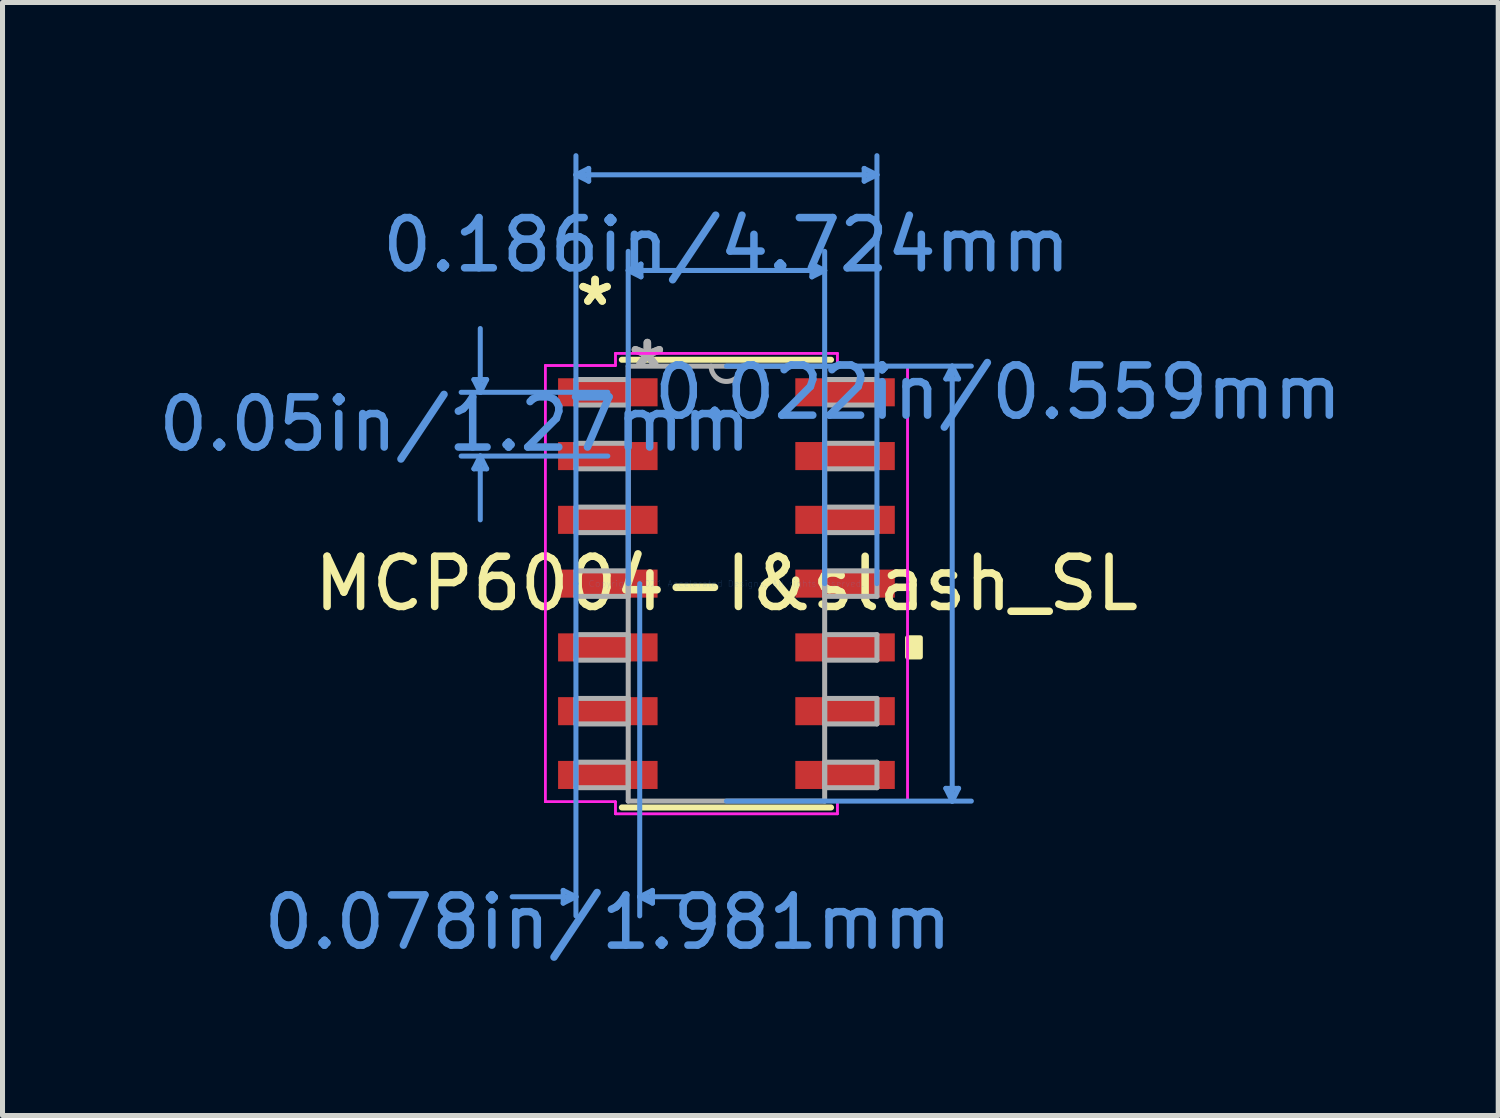
<source format=kicad_pcb>
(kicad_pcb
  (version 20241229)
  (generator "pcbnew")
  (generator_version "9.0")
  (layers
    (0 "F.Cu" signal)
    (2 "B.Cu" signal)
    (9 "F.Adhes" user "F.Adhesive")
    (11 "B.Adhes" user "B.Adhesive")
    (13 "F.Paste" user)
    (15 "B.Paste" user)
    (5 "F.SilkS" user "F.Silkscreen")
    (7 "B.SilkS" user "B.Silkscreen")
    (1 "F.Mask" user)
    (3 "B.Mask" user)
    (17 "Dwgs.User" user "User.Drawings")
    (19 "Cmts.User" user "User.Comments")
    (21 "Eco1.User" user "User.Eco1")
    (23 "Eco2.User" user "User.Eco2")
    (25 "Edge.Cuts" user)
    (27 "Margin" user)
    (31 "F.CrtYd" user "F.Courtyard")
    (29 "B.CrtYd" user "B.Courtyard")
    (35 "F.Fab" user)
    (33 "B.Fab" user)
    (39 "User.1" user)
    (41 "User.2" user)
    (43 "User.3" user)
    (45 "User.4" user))
  (footprint "MCP6004-I&slash_SL"
    (layer "F.Cu")
    (at 11.416 8.572)
    (property "Reference" "MCP6004-I&slash_SL" (at 0 0 0) (layer "F.SilkS") (effects (font (size 1 1) (thickness 0.15))))
    (attr through_hole)
    (fp_line (start -2.083 4.458) (end 2.083 4.458) (stroke (width 0.12) (type solid)) (layer "F.SilkS"))
    (fp_line (start 2.083 -4.458) (end -2.083 -4.458) (stroke (width 0.12) (type solid)) (layer "F.SilkS"))
    (fp_poly (pts (xy 3.861 1.079) (xy 3.861 1.46) (xy 3.607 1.46) (xy 3.607 1.079)) (stroke (width 0.1) (type solid)) (fill yes) (layer "F.SilkS"))
    (fp_line (start -5.029 -4.064) (end -4.775 -4.064) (stroke (width 0.1) (type solid)) (layer "Cmts.User"))
    (fp_line (start -5.029 -2.286) (end -4.775 -2.286) (stroke (width 0.1) (type solid)) (layer "Cmts.User"))
    (fp_line (start -4.902 -3.81) (end -5.029 -4.064) (stroke (width 0.1) (type solid)) (layer "Cmts.User"))
    (fp_line (start -4.902 -3.81) (end -4.902 -5.08) (stroke (width 0.1) (type solid)) (layer "Cmts.User"))
    (fp_line (start -4.902 -3.81) (end -4.775 -4.064) (stroke (width 0.1) (type solid)) (layer "Cmts.User"))
    (fp_line (start -4.902 -2.54) (end -5.029 -2.286) (stroke (width 0.1) (type solid)) (layer "Cmts.User"))
    (fp_line (start -4.902 -2.54) (end -4.902 -1.27) (stroke (width 0.1) (type solid)) (layer "Cmts.User"))
    (fp_line (start -4.902 -2.54) (end -4.775 -2.286) (stroke (width 0.1) (type solid)) (layer "Cmts.User"))
    (fp_line (start -3.251 6.109) (end -3.251 6.363) (stroke (width 0.1) (type solid)) (layer "Cmts.User"))
    (fp_line (start -2.997 -8.141) (end -2.743 -8.268) (stroke (width 0.1) (type solid)) (layer "Cmts.User"))
    (fp_line (start -2.997 -8.141) (end -2.743 -8.014) (stroke (width 0.1) (type solid)) (layer "Cmts.User"))
    (fp_line (start -2.997 -8.141) (end 2.997 -8.141) (stroke (width 0.1) (type solid)) (layer "Cmts.User"))
    (fp_line (start -2.997 0) (end -2.997 -8.522) (stroke (width 0.1) (type solid)) (layer "Cmts.User"))
    (fp_line (start -2.997 0) (end -2.997 6.617) (stroke (width 0.1) (type solid)) (layer "Cmts.User"))
    (fp_line (start -2.997 6.236) (end -4.267 6.236) (stroke (width 0.1) (type solid)) (layer "Cmts.User"))
    (fp_line (start -2.997 6.236) (end -3.251 6.109) (stroke (width 0.1) (type solid)) (layer "Cmts.User"))
    (fp_line (start -2.997 6.236) (end -3.251 6.363) (stroke (width 0.1) (type solid)) (layer "Cmts.User"))
    (fp_line (start -2.743 -8.268) (end -2.743 -8.014) (stroke (width 0.1) (type solid)) (layer "Cmts.User"))
    (fp_line (start -2.362 -3.81) (end -5.283 -3.81) (stroke (width 0.1) (type solid)) (layer "Cmts.User"))
    (fp_line (start -2.362 -2.54) (end -5.283 -2.54) (stroke (width 0.1) (type solid)) (layer "Cmts.User"))
    (fp_line (start -1.956 -6.236) (end -1.702 -6.363) (stroke (width 0.1) (type solid)) (layer "Cmts.User"))
    (fp_line (start -1.956 -6.236) (end -1.702 -6.109) (stroke (width 0.1) (type solid)) (layer "Cmts.User"))
    (fp_line (start -1.956 -6.236) (end 1.956 -6.236) (stroke (width 0.1) (type solid)) (layer "Cmts.User"))
    (fp_line (start -1.956 0) (end -1.956 -6.617) (stroke (width 0.1) (type solid)) (layer "Cmts.User"))
    (fp_line (start -1.727 0) (end -1.727 6.617) (stroke (width 0.1) (type solid)) (layer "Cmts.User"))
    (fp_line (start -1.727 6.236) (end -1.473 6.109) (stroke (width 0.1) (type solid)) (layer "Cmts.User"))
    (fp_line (start -1.727 6.236) (end -1.473 6.363) (stroke (width 0.1) (type solid)) (layer "Cmts.User"))
    (fp_line (start -1.727 6.236) (end -0.457 6.236) (stroke (width 0.1) (type solid)) (layer "Cmts.User"))
    (fp_line (start -1.702 -6.363) (end -1.702 -6.109) (stroke (width 0.1) (type solid)) (layer "Cmts.User"))
    (fp_line (start -1.473 6.109) (end -1.473 6.363) (stroke (width 0.1) (type solid)) (layer "Cmts.User"))
    (fp_line (start 0 -4.331) (end 4.877 -4.331) (stroke (width 0.1) (type solid)) (layer "Cmts.User"))
    (fp_line (start 0 4.331) (end 4.877 4.331) (stroke (width 0.1) (type solid)) (layer "Cmts.User"))
    (fp_line (start 1.702 -6.363) (end 1.702 -6.109) (stroke (width 0.1) (type solid)) (layer "Cmts.User"))
    (fp_line (start 1.956 -6.236) (end 1.702 -6.363) (stroke (width 0.1) (type solid)) (layer "Cmts.User"))
    (fp_line (start 1.956 -6.236) (end 1.702 -6.109) (stroke (width 0.1) (type solid)) (layer "Cmts.User"))
    (fp_line (start 1.956 0) (end 1.956 -6.617) (stroke (width 0.1) (type solid)) (layer "Cmts.User"))
    (fp_line (start 2.743 -8.268) (end 2.743 -8.014) (stroke (width 0.1) (type solid)) (layer "Cmts.User"))
    (fp_line (start 2.997 -8.141) (end 2.743 -8.268) (stroke (width 0.1) (type solid)) (layer "Cmts.User"))
    (fp_line (start 2.997 -8.141) (end 2.743 -8.014) (stroke (width 0.1) (type solid)) (layer "Cmts.User"))
    (fp_line (start 2.997 0) (end 2.997 -8.522) (stroke (width 0.1) (type solid)) (layer "Cmts.User"))
    (fp_line (start 4.369 -4.077) (end 4.623 -4.077) (stroke (width 0.1) (type solid)) (layer "Cmts.User"))
    (fp_line (start 4.369 4.077) (end 4.623 4.077) (stroke (width 0.1) (type solid)) (layer "Cmts.User"))
    (fp_line (start 4.496 -4.331) (end 4.369 -4.077) (stroke (width 0.1) (type solid)) (layer "Cmts.User"))
    (fp_line (start 4.496 -4.331) (end 4.496 4.331) (stroke (width 0.1) (type solid)) (layer "Cmts.User"))
    (fp_line (start 4.496 -4.331) (end 4.623 -4.077) (stroke (width 0.1) (type solid)) (layer "Cmts.User"))
    (fp_line (start 4.496 4.331) (end 4.369 4.077) (stroke (width 0.1) (type solid)) (layer "Cmts.User"))
    (fp_line (start 4.496 4.331) (end 4.623 4.077) (stroke (width 0.1) (type solid)) (layer "Cmts.User"))
    (fp_line (start -3.607 -4.343) (end -2.21 -4.343) (stroke (width 0.05) (type solid)) (layer "F.CrtYd"))
    (fp_line (start -3.607 -4.343) (end -2.21 -4.343) (stroke (width 0.05) (type solid)) (layer "F.CrtYd"))
    (fp_line (start -3.607 4.343) (end -3.607 -4.343) (stroke (width 0.05) (type solid)) (layer "F.CrtYd"))
    (fp_line (start -3.607 4.343) (end -3.607 -4.343) (stroke (width 0.05) (type solid)) (layer "F.CrtYd"))
    (fp_line (start -3.607 4.343) (end -2.21 4.343) (stroke (width 0.05) (type solid)) (layer "F.CrtYd"))
    (fp_line (start -2.21 -4.585) (end 2.21 -4.585) (stroke (width 0.05) (type solid)) (layer "F.CrtYd"))
    (fp_line (start -2.21 -4.585) (end 2.21 -4.585) (stroke (width 0.05) (type solid)) (layer "F.CrtYd"))
    (fp_line (start -2.21 -4.343) (end -2.21 -4.585) (stroke (width 0.05) (type solid)) (layer "F.CrtYd"))
    (fp_line (start -2.21 -4.343) (end -2.21 -4.585) (stroke (width 0.05) (type solid)) (layer "F.CrtYd"))
    (fp_line (start -2.21 4.343) (end -3.607 4.343) (stroke (width 0.05) (type solid)) (layer "F.CrtYd"))
    (fp_line (start -2.21 4.585) (end -2.21 4.343) (stroke (width 0.05) (type solid)) (layer "F.CrtYd"))
    (fp_line (start -2.21 4.585) (end -2.21 4.343) (stroke (width 0.05) (type solid)) (layer "F.CrtYd"))
    (fp_line (start 2.21 -4.585) (end 2.21 -4.343) (stroke (width 0.05) (type solid)) (layer "F.CrtYd"))
    (fp_line (start 2.21 -4.585) (end 2.21 -4.343) (stroke (width 0.05) (type solid)) (layer "F.CrtYd"))
    (fp_line (start 2.21 -4.343) (end 3.607 -4.343) (stroke (width 0.05) (type solid)) (layer "F.CrtYd"))
    (fp_line (start 2.21 4.343) (end 2.21 4.585) (stroke (width 0.05) (type solid)) (layer "F.CrtYd"))
    (fp_line (start 2.21 4.343) (end 2.21 4.585) (stroke (width 0.05) (type solid)) (layer "F.CrtYd"))
    (fp_line (start 2.21 4.585) (end -2.21 4.585) (stroke (width 0.05) (type solid)) (layer "F.CrtYd"))
    (fp_line (start 2.21 4.585) (end -2.21 4.585) (stroke (width 0.05) (type solid)) (layer "F.CrtYd"))
    (fp_line (start 3.607 -4.343) (end 2.21 -4.343) (stroke (width 0.05) (type solid)) (layer "F.CrtYd"))
    (fp_line (start 3.607 -4.343) (end 3.607 4.343) (stroke (width 0.05) (type solid)) (layer "F.CrtYd"))
    (fp_line (start 3.607 -4.343) (end 3.607 4.343) (stroke (width 0.05) (type solid)) (layer "F.CrtYd"))
    (fp_line (start 3.607 4.343) (end 2.21 4.343) (stroke (width 0.05) (type solid)) (layer "F.CrtYd"))
    (fp_line (start 3.607 4.343) (end 2.21 4.343) (stroke (width 0.05) (type solid)) (layer "F.CrtYd"))
    (fp_line (start -2.997 -4.064) (end -2.997 -3.556) (stroke (width 0.1) (type solid)) (layer "F.Fab"))
    (fp_line (start -2.997 -3.556) (end -1.956 -3.556) (stroke (width 0.1) (type solid)) (layer "F.Fab"))
    (fp_line (start -2.997 -2.794) (end -2.997 -2.286) (stroke (width 0.1) (type solid)) (layer "F.Fab"))
    (fp_line (start -2.997 -2.286) (end -1.956 -2.286) (stroke (width 0.1) (type solid)) (layer "F.Fab"))
    (fp_line (start -2.997 -1.524) (end -2.997 -1.016) (stroke (width 0.1) (type solid)) (layer "F.Fab"))
    (fp_line (start -2.997 -1.016) (end -1.956 -1.016) (stroke (width 0.1) (type solid)) (layer "F.Fab"))
    (fp_line (start -2.997 -0.254) (end -2.997 0.254) (stroke (width 0.1) (type solid)) (layer "F.Fab"))
    (fp_line (start -2.997 0.254) (end -1.956 0.254) (stroke (width 0.1) (type solid)) (layer "F.Fab"))
    (fp_line (start -2.997 1.016) (end -2.997 1.524) (stroke (width 0.1) (type solid)) (layer "F.Fab"))
    (fp_line (start -2.997 1.524) (end -1.956 1.524) (stroke (width 0.1) (type solid)) (layer "F.Fab"))
    (fp_line (start -2.997 2.286) (end -2.997 2.794) (stroke (width 0.1) (type solid)) (layer "F.Fab"))
    (fp_line (start -2.997 2.794) (end -1.956 2.794) (stroke (width 0.1) (type solid)) (layer "F.Fab"))
    (fp_line (start -2.997 3.556) (end -2.997 4.064) (stroke (width 0.1) (type solid)) (layer "F.Fab"))
    (fp_line (start -2.997 4.064) (end -1.956 4.064) (stroke (width 0.1) (type solid)) (layer "F.Fab"))
    (fp_line (start -1.956 -4.331) (end -1.956 4.331) (stroke (width 0.1) (type solid)) (layer "F.Fab"))
    (fp_line (start -1.956 -4.064) (end -2.997 -4.064) (stroke (width 0.1) (type solid)) (layer "F.Fab"))
    (fp_line (start -1.956 -3.556) (end -1.956 -4.064) (stroke (width 0.1) (type solid)) (layer "F.Fab"))
    (fp_line (start -1.956 -2.794) (end -2.997 -2.794) (stroke (width 0.1) (type solid)) (layer "F.Fab"))
    (fp_line (start -1.956 -2.286) (end -1.956 -2.794) (stroke (width 0.1) (type solid)) (layer "F.Fab"))
    (fp_line (start -1.956 -1.524) (end -2.997 -1.524) (stroke (width 0.1) (type solid)) (layer "F.Fab"))
    (fp_line (start -1.956 -1.016) (end -1.956 -1.524) (stroke (width 0.1) (type solid)) (layer "F.Fab"))
    (fp_line (start -1.956 -0.254) (end -2.997 -0.254) (stroke (width 0.1) (type solid)) (layer "F.Fab"))
    (fp_line (start -1.956 0.254) (end -1.956 -0.254) (stroke (width 0.1) (type solid)) (layer "F.Fab"))
    (fp_line (start -1.956 1.016) (end -2.997 1.016) (stroke (width 0.1) (type solid)) (layer "F.Fab"))
    (fp_line (start -1.956 1.524) (end -1.956 1.016) (stroke (width 0.1) (type solid)) (layer "F.Fab"))
    (fp_line (start -1.956 2.286) (end -2.997 2.286) (stroke (width 0.1) (type solid)) (layer "F.Fab"))
    (fp_line (start -1.956 2.794) (end -1.956 2.286) (stroke (width 0.1) (type solid)) (layer "F.Fab"))
    (fp_line (start -1.956 3.556) (end -2.997 3.556) (stroke (width 0.1) (type solid)) (layer "F.Fab"))
    (fp_line (start -1.956 4.064) (end -1.956 3.556) (stroke (width 0.1) (type solid)) (layer "F.Fab"))
    (fp_line (start -1.956 4.331) (end 1.956 4.331) (stroke (width 0.1) (type solid)) (layer "F.Fab"))
    (fp_line (start 1.956 -4.331) (end -1.956 -4.331) (stroke (width 0.1) (type solid)) (layer "F.Fab"))
    (fp_line (start 1.956 -4.064) (end 1.956 -3.556) (stroke (width 0.1) (type solid)) (layer "F.Fab"))
    (fp_line (start 1.956 -3.556) (end 2.997 -3.556) (stroke (width 0.1) (type solid)) (layer "F.Fab"))
    (fp_line (start 1.956 -2.794) (end 1.956 -2.286) (stroke (width 0.1) (type solid)) (layer "F.Fab"))
    (fp_line (start 1.956 -2.286) (end 2.997 -2.286) (stroke (width 0.1) (type solid)) (layer "F.Fab"))
    (fp_line (start 1.956 -1.524) (end 1.956 -1.016) (stroke (width 0.1) (type solid)) (layer "F.Fab"))
    (fp_line (start 1.956 -1.016) (end 2.997 -1.016) (stroke (width 0.1) (type solid)) (layer "F.Fab"))
    (fp_line (start 1.956 -0.254) (end 1.956 0.254) (stroke (width 0.1) (type solid)) (layer "F.Fab"))
    (fp_line (start 1.956 0.254) (end 2.997 0.254) (stroke (width 0.1) (type solid)) (layer "F.Fab"))
    (fp_line (start 1.956 1.016) (end 1.956 1.524) (stroke (width 0.1) (type solid)) (layer "F.Fab"))
    (fp_line (start 1.956 1.524) (end 2.997 1.524) (stroke (width 0.1) (type solid)) (layer "F.Fab"))
    (fp_line (start 1.956 2.286) (end 1.956 2.794) (stroke (width 0.1) (type solid)) (layer "F.Fab"))
    (fp_line (start 1.956 2.794) (end 2.997 2.794) (stroke (width 0.1) (type solid)) (layer "F.Fab"))
    (fp_line (start 1.956 3.556) (end 1.956 4.064) (stroke (width 0.1) (type solid)) (layer "F.Fab"))
    (fp_line (start 1.956 4.064) (end 2.997 4.064) (stroke (width 0.1) (type solid)) (layer "F.Fab"))
    (fp_line (start 1.956 4.331) (end 1.956 -4.331) (stroke (width 0.1) (type solid)) (layer "F.Fab"))
    (fp_line (start 2.997 -4.064) (end 1.956 -4.064) (stroke (width 0.1) (type solid)) (layer "F.Fab"))
    (fp_line (start 2.997 -3.556) (end 2.997 -4.064) (stroke (width 0.1) (type solid)) (layer "F.Fab"))
    (fp_line (start 2.997 -2.794) (end 1.956 -2.794) (stroke (width 0.1) (type solid)) (layer "F.Fab"))
    (fp_line (start 2.997 -2.286) (end 2.997 -2.794) (stroke (width 0.1) (type solid)) (layer "F.Fab"))
    (fp_line (start 2.997 -1.524) (end 1.956 -1.524) (stroke (width 0.1) (type solid)) (layer "F.Fab"))
    (fp_line (start 2.997 -1.016) (end 2.997 -1.524) (stroke (width 0.1) (type solid)) (layer "F.Fab"))
    (fp_line (start 2.997 -0.254) (end 1.956 -0.254) (stroke (width 0.1) (type solid)) (layer "F.Fab"))
    (fp_line (start 2.997 0.254) (end 2.997 -0.254) (stroke (width 0.1) (type solid)) (layer "F.Fab"))
    (fp_line (start 2.997 1.016) (end 1.956 1.016) (stroke (width 0.1) (type solid)) (layer "F.Fab"))
    (fp_line (start 2.997 1.524) (end 2.997 1.016) (stroke (width 0.1) (type solid)) (layer "F.Fab"))
    (fp_line (start 2.997 2.286) (end 1.956 2.286) (stroke (width 0.1) (type solid)) (layer "F.Fab"))
    (fp_line (start 2.997 2.794) (end 2.997 2.286) (stroke (width 0.1) (type solid)) (layer "F.Fab"))
    (fp_line (start 2.997 3.556) (end 1.956 3.556) (stroke (width 0.1) (type solid)) (layer "F.Fab"))
    (fp_line (start 2.997 4.064) (end 2.997 3.556) (stroke (width 0.1) (type solid)) (layer "F.Fab"))
    (fp_arc (start 0.3048 -4.3307) (mid 0 -4.0259) (end -0.3048 -4.3307) (stroke (width 0.1) (type solid)) (layer "F.Fab"))
    (fp_text user "*" (at -2.616 -5.512 0) (layer "F.SilkS") (effects (font (size 1 1) (thickness 0.15))))
    (fp_text user "*" (at -2.616 -5.512 0) (layer "F.SilkS") (effects (font (size 1 1) (thickness 0.15))))
    (fp_text user "0.05in/1.27mm" (at -5.41 -3.175 0) (layer "Cmts.User") (effects (font (size 1 1) (thickness 0.15))))
    (fp_text user "0.186in/4.724mm" (at 0 -6.744 0) (layer "Cmts.User") (effects (font (size 1 1) (thickness 0.15))))
    (fp_text user "0.022in/0.559mm" (at 5.41 -3.81 0) (layer "Cmts.User") (effects (font (size 1 1) (thickness 0.15))))
    (fp_text user "Copyright 2021 Accelerated Designs. All rights reserved." (at 0 0 0) (layer "Cmts.User") (effects (font (size 0.127 0.127) (thickness 0.002))))
    (fp_text user "0.078in/1.981mm" (at -2.362 6.744 0) (layer "Cmts.User") (effects (font (size 1 1) (thickness 0.15))))
    (fp_text user "*" (at -1.575 -4.255 0) (layer "F.Fab") (effects (font (size 1 1) (thickness 0.15))))
    (fp_text user "*" (at -1.575 -4.255 0) (layer "F.Fab") (effects (font (size 1 1) (thickness 0.15))))
    (pad "1" smd rect (at -2.362 -3.81) (size 1.981 0.559) (layers "F.Cu" "F.Mask" "F.Paste"))
    (pad "2" smd rect (at -2.362 -2.54) (size 1.981 0.559) (layers "F.Cu" "F.Mask" "F.Paste"))
    (pad "3" smd rect (at -2.362 -1.27) (size 1.981 0.559) (layers "F.Cu" "F.Mask" "F.Paste"))
    (pad "4" smd rect (at -2.362 0) (size 1.981 0.559) (layers "F.Cu" "F.Mask" "F.Paste"))
    (pad "5" smd rect (at -2.362 1.27) (size 1.981 0.559) (layers "F.Cu" "F.Mask" "F.Paste"))
    (pad "6" smd rect (at -2.362 2.54) (size 1.981 0.559) (layers "F.Cu" "F.Mask" "F.Paste"))
    (pad "7" smd rect (at -2.362 3.81) (size 1.981 0.559) (layers "F.Cu" "F.Mask" "F.Paste"))
    (pad "8" smd rect (at 2.362 3.81) (size 1.981 0.559) (layers "F.Cu" "F.Mask" "F.Paste"))
    (pad "9" smd rect (at 2.362 2.54) (size 1.981 0.559) (layers "F.Cu" "F.Mask" "F.Paste"))
    (pad "10" smd rect (at 2.362 1.27) (size 1.981 0.559) (layers "F.Cu" "F.Mask" "F.Paste"))
    (pad "11" smd rect (at 2.362 0) (size 1.981 0.559) (layers "F.Cu" "F.Mask" "F.Paste"))
    (pad "12" smd rect (at 2.362 -1.27) (size 1.981 0.559) (layers "F.Cu" "F.Mask" "F.Paste"))
    (pad "13" smd rect (at 2.362 -2.54) (size 1.981 0.559) (layers "F.Cu" "F.Mask" "F.Paste"))
    (pad "14" smd rect (at 2.362 -3.81) (size 1.981 0.559) (layers "F.Cu" "F.Mask" "F.Paste")))
  (gr_rect
    (start -3 -3)
    (end 26.785 19.164)
    (stroke (width 0.1) (type default))
    (fill no)
    (layer "Edge.Cuts")))
</source>
